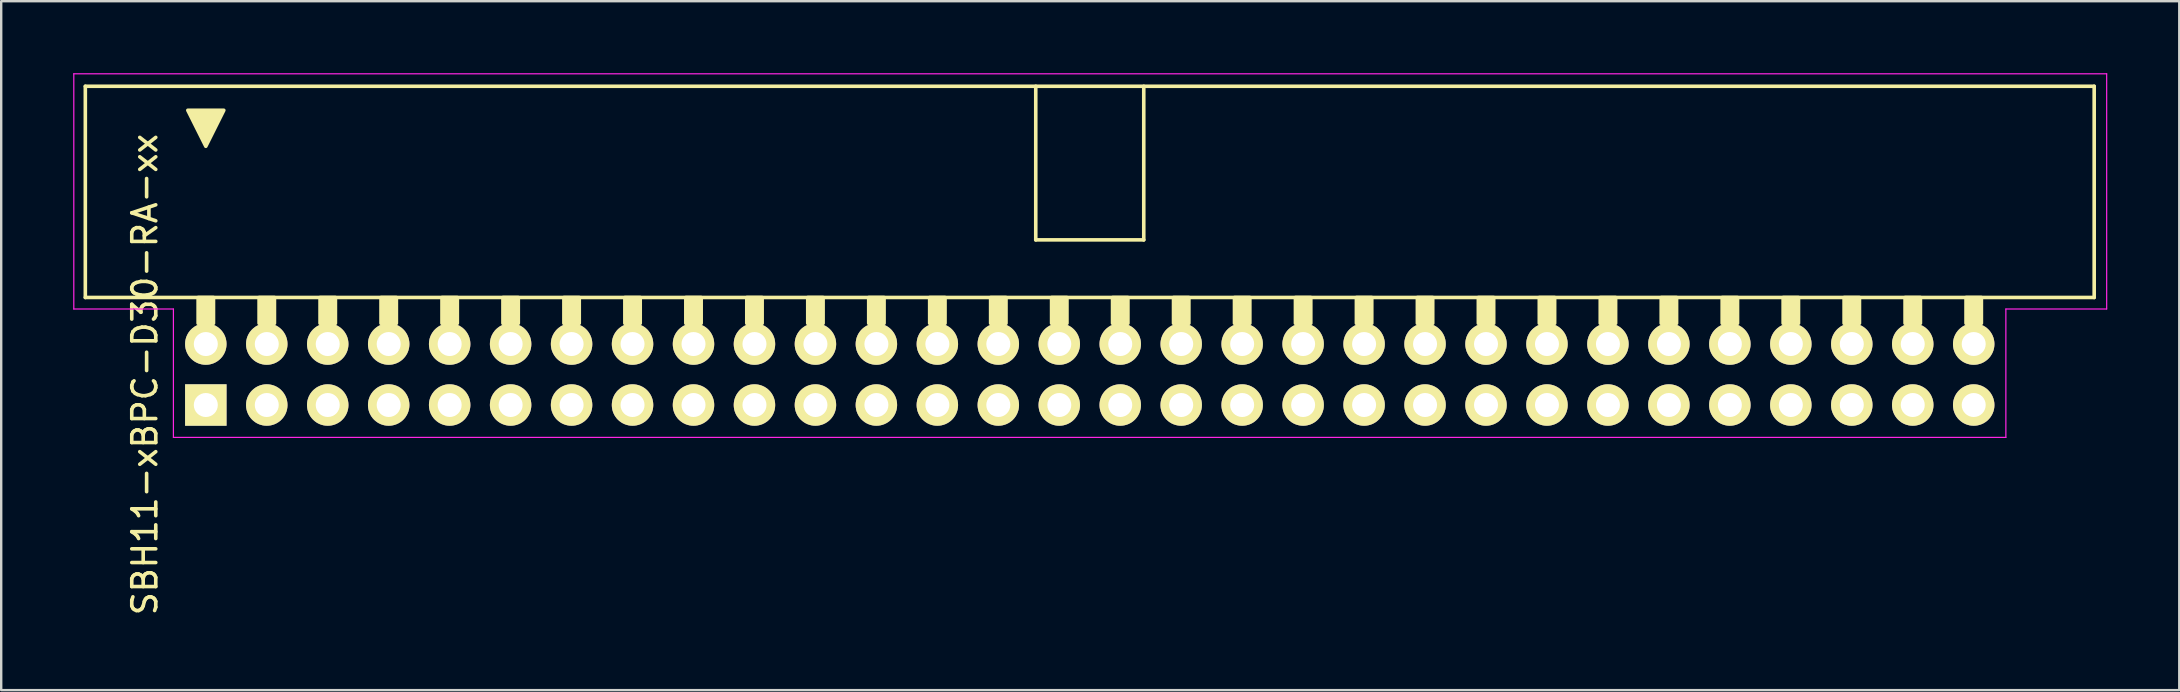
<source format=kicad_pcb>
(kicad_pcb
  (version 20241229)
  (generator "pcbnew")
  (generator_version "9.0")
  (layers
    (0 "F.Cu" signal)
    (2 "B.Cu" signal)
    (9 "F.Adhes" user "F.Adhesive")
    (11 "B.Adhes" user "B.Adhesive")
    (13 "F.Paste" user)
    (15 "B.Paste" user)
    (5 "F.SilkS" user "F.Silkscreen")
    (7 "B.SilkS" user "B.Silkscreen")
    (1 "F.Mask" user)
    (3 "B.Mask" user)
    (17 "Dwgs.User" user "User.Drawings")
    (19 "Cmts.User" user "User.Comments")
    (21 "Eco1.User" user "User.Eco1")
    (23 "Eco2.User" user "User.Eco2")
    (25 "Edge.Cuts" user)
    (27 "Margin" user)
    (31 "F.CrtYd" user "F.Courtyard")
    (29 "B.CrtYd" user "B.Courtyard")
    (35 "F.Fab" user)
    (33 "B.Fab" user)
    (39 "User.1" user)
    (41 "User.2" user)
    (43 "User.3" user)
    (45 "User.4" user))
  (footprint "SBH11-xBPC-D30-RA-xx"
    (layer "F.Cu")
    (at 5.525 13.825)
    (property "Reference" "SBH11-xBPC-D30-RA-xx" (at -2.54 -1.27 270) (layer "F.SilkS") (effects (font (size 1 1) (thickness 0.15))))
    (attr through_hole)
    (fp_line (start -5.02 -13.28) (end -5.02 -4.48) (stroke (width 0.15) (type solid)) (layer "F.SilkS"))
    (fp_line (start -5.02 -13.28) (end 78.68 -13.28) (stroke (width 0.15) (type solid)) (layer "F.SilkS"))
    (fp_line (start -5.02 -4.48) (end 78.68 -4.48) (stroke (width 0.15) (type solid)) (layer "F.SilkS"))
    (fp_line (start 34.58 -6.88) (end 34.58 -13.28) (stroke (width 0.15) (type solid)) (layer "F.SilkS"))
    (fp_line (start 34.58 -6.88) (end 39.08 -6.88) (stroke (width 0.15) (type solid)) (layer "F.SilkS"))
    (fp_line (start 39.08 -6.88) (end 39.08 -13.28) (stroke (width 0.15) (type solid)) (layer "F.SilkS"))
    (fp_line (start 78.68 -13.28) (end 78.68 -4.48) (stroke (width 0.15) (type solid)) (layer "F.SilkS"))
    (fp_poly (pts (xy 0 -10.78) (xy -0.75 -12.28) (xy 0.75 -12.28)) (stroke (width 0.15) (type solid)) (fill yes) (layer "F.SilkS"))
    (fp_poly (pts (xy 0.32 -4.48) (xy -0.32 -4.48) (xy -0.32 -3.404) (xy 0.32 -3.404)) (stroke (width 0.15) (type solid)) (fill yes) (layer "F.SilkS"))
    (fp_poly (pts (xy 2.86 -4.48) (xy 2.22 -4.48) (xy 2.22 -3.404) (xy 2.86 -3.404)) (stroke (width 0.15) (type solid)) (fill yes) (layer "F.SilkS"))
    (fp_poly (pts (xy 5.4 -4.48) (xy 4.76 -4.48) (xy 4.76 -3.404) (xy 5.4 -3.404)) (stroke (width 0.15) (type solid)) (fill yes) (layer "F.SilkS"))
    (fp_poly (pts (xy 7.94 -4.48) (xy 7.3 -4.48) (xy 7.3 -3.404) (xy 7.94 -3.404)) (stroke (width 0.15) (type solid)) (fill yes) (layer "F.SilkS"))
    (fp_poly (pts (xy 10.48 -4.48) (xy 9.84 -4.48) (xy 9.84 -3.404) (xy 10.48 -3.404)) (stroke (width 0.15) (type solid)) (fill yes) (layer "F.SilkS"))
    (fp_poly (pts (xy 13.02 -4.48) (xy 12.38 -4.48) (xy 12.38 -3.404) (xy 13.02 -3.404)) (stroke (width 0.15) (type solid)) (fill yes) (layer "F.SilkS"))
    (fp_poly (pts (xy 15.56 -4.48) (xy 14.92 -4.48) (xy 14.92 -3.404) (xy 15.56 -3.404)) (stroke (width 0.15) (type solid)) (fill yes) (layer "F.SilkS"))
    (fp_poly (pts (xy 18.1 -4.48) (xy 17.46 -4.48) (xy 17.46 -3.404) (xy 18.1 -3.404)) (stroke (width 0.15) (type solid)) (fill yes) (layer "F.SilkS"))
    (fp_poly (pts (xy 20.64 -4.48) (xy 20 -4.48) (xy 20 -3.404) (xy 20.64 -3.404)) (stroke (width 0.15) (type solid)) (fill yes) (layer "F.SilkS"))
    (fp_poly (pts (xy 23.18 -4.48) (xy 22.54 -4.48) (xy 22.54 -3.404) (xy 23.18 -3.404)) (stroke (width 0.15) (type solid)) (fill yes) (layer "F.SilkS"))
    (fp_poly (pts (xy 25.72 -4.48) (xy 25.08 -4.48) (xy 25.08 -3.404) (xy 25.72 -3.404)) (stroke (width 0.15) (type solid)) (fill yes) (layer "F.SilkS"))
    (fp_poly (pts (xy 28.26 -4.48) (xy 27.62 -4.48) (xy 27.62 -3.404) (xy 28.26 -3.404)) (stroke (width 0.15) (type solid)) (fill yes) (layer "F.SilkS"))
    (fp_poly (pts (xy 30.8 -4.48) (xy 30.16 -4.48) (xy 30.16 -3.404) (xy 30.8 -3.404)) (stroke (width 0.15) (type solid)) (fill yes) (layer "F.SilkS"))
    (fp_poly (pts (xy 33.34 -4.48) (xy 32.7 -4.48) (xy 32.7 -3.404) (xy 33.34 -3.404)) (stroke (width 0.15) (type solid)) (fill yes) (layer "F.SilkS"))
    (fp_poly (pts (xy 35.88 -4.48) (xy 35.24 -4.48) (xy 35.24 -3.404) (xy 35.88 -3.404)) (stroke (width 0.15) (type solid)) (fill yes) (layer "F.SilkS"))
    (fp_poly (pts (xy 38.42 -4.48) (xy 37.78 -4.48) (xy 37.78 -3.404) (xy 38.42 -3.404)) (stroke (width 0.15) (type solid)) (fill yes) (layer "F.SilkS"))
    (fp_poly (pts (xy 40.96 -4.48) (xy 40.32 -4.48) (xy 40.32 -3.404) (xy 40.96 -3.404)) (stroke (width 0.15) (type solid)) (fill yes) (layer "F.SilkS"))
    (fp_poly (pts (xy 43.5 -4.48) (xy 42.86 -4.48) (xy 42.86 -3.404) (xy 43.5 -3.404)) (stroke (width 0.15) (type solid)) (fill yes) (layer "F.SilkS"))
    (fp_poly (pts (xy 46.04 -4.48) (xy 45.4 -4.48) (xy 45.4 -3.404) (xy 46.04 -3.404)) (stroke (width 0.15) (type solid)) (fill yes) (layer "F.SilkS"))
    (fp_poly (pts (xy 48.58 -4.48) (xy 47.94 -4.48) (xy 47.94 -3.404) (xy 48.58 -3.404)) (stroke (width 0.15) (type solid)) (fill yes) (layer "F.SilkS"))
    (fp_poly (pts (xy 51.12 -4.48) (xy 50.48 -4.48) (xy 50.48 -3.404) (xy 51.12 -3.404)) (stroke (width 0.15) (type solid)) (fill yes) (layer "F.SilkS"))
    (fp_poly (pts (xy 53.66 -4.48) (xy 53.02 -4.48) (xy 53.02 -3.404) (xy 53.66 -3.404)) (stroke (width 0.15) (type solid)) (fill yes) (layer "F.SilkS"))
    (fp_poly (pts (xy 56.2 -4.48) (xy 55.56 -4.48) (xy 55.56 -3.404) (xy 56.2 -3.404)) (stroke (width 0.15) (type solid)) (fill yes) (layer "F.SilkS"))
    (fp_poly (pts (xy 58.74 -4.48) (xy 58.1 -4.48) (xy 58.1 -3.404) (xy 58.74 -3.404)) (stroke (width 0.15) (type solid)) (fill yes) (layer "F.SilkS"))
    (fp_poly (pts (xy 61.28 -4.48) (xy 60.64 -4.48) (xy 60.64 -3.404) (xy 61.28 -3.404)) (stroke (width 0.15) (type solid)) (fill yes) (layer "F.SilkS"))
    (fp_poly (pts (xy 63.82 -4.48) (xy 63.18 -4.48) (xy 63.18 -3.404) (xy 63.82 -3.404)) (stroke (width 0.15) (type solid)) (fill yes) (layer "F.SilkS"))
    (fp_poly (pts (xy 66.36 -4.48) (xy 65.72 -4.48) (xy 65.72 -3.404) (xy 66.36 -3.404)) (stroke (width 0.15) (type solid)) (fill yes) (layer "F.SilkS"))
    (fp_poly (pts (xy 68.9 -4.48) (xy 68.26 -4.48) (xy 68.26 -3.404) (xy 68.9 -3.404)) (stroke (width 0.15) (type solid)) (fill yes) (layer "F.SilkS"))
    (fp_poly (pts (xy 71.44 -4.48) (xy 70.8 -4.48) (xy 70.8 -3.404) (xy 71.44 -3.404)) (stroke (width 0.15) (type solid)) (fill yes) (layer "F.SilkS"))
    (fp_poly (pts (xy 73.98 -4.48) (xy 73.34 -4.48) (xy 73.34 -3.404) (xy 73.98 -3.404)) (stroke (width 0.15) (type solid)) (fill yes) (layer "F.SilkS"))
    (fp_line (start -5.5 -13.8) (end -5.5 -4) (stroke (width 0.05) (type solid)) (layer "F.CrtYd"))
    (fp_line (start -5.5 -13.8) (end 79.2 -13.8) (stroke (width 0.05) (type solid)) (layer "F.CrtYd"))
    (fp_line (start -5.5 -4) (end -1.35 -4) (stroke (width 0.05) (type solid)) (layer "F.CrtYd"))
    (fp_line (start -1.35 -4) (end -1.35 1.35) (stroke (width 0.05) (type solid)) (layer "F.CrtYd"))
    (fp_line (start -1.35 1.35) (end 75 1.35) (stroke (width 0.05) (type solid)) (layer "F.CrtYd"))
    (fp_line (start 75 -4) (end 75 1.35) (stroke (width 0.05) (type solid)) (layer "F.CrtYd"))
    (fp_line (start 79.2 -13.8) (end 79.2 -4) (stroke (width 0.05) (type solid)) (layer "F.CrtYd"))
    (fp_line (start 79.2 -4) (end 75 -4) (stroke (width 0.05) (type solid)) (layer "F.CrtYd"))
    (pad "1" thru_hole rect (at 0 0) (size 1.727 1.727) (drill 1) (layers "*.Cu" "*.Mask" "F.SilkS"))
    (pad "2" thru_hole circle (at 0 -2.54) (size 1.727 1.727) (drill 1) (layers "*.Cu" "*.Mask" "F.SilkS"))
    (pad "3" thru_hole circle (at 2.54 0) (size 1.727 1.727) (drill 1) (layers "*.Cu" "*.Mask" "F.SilkS"))
    (pad "4" thru_hole circle (at 2.54 -2.54) (size 1.727 1.727) (drill 1) (layers "*.Cu" "*.Mask" "F.SilkS"))
    (pad "5" thru_hole circle (at 5.08 0) (size 1.727 1.727) (drill 1) (layers "*.Cu" "*.Mask" "F.SilkS"))
    (pad "6" thru_hole circle (at 5.08 -2.54) (size 1.727 1.727) (drill 1) (layers "*.Cu" "*.Mask" "F.SilkS"))
    (pad "7" thru_hole circle (at 7.62 0) (size 1.727 1.727) (drill 1) (layers "*.Cu" "*.Mask" "F.SilkS"))
    (pad "8" thru_hole circle (at 7.62 -2.54) (size 1.727 1.727) (drill 1) (layers "*.Cu" "*.Mask" "F.SilkS"))
    (pad "9" thru_hole circle (at 10.16 0) (size 1.727 1.727) (drill 1) (layers "*.Cu" "*.Mask" "F.SilkS"))
    (pad "10" thru_hole circle (at 10.16 -2.54) (size 1.727 1.727) (drill 1) (layers "*.Cu" "*.Mask" "F.SilkS"))
    (pad "11" thru_hole circle (at 12.7 0) (size 1.727 1.727) (drill 1) (layers "*.Cu" "*.Mask" "F.SilkS"))
    (pad "12" thru_hole circle (at 12.7 -2.54) (size 1.727 1.727) (drill 1) (layers "*.Cu" "*.Mask" "F.SilkS"))
    (pad "13" thru_hole circle (at 15.24 0) (size 1.727 1.727) (drill 1) (layers "*.Cu" "*.Mask" "F.SilkS"))
    (pad "14" thru_hole circle (at 15.24 -2.54) (size 1.727 1.727) (drill 1) (layers "*.Cu" "*.Mask" "F.SilkS"))
    (pad "15" thru_hole circle (at 17.78 0) (size 1.727 1.727) (drill 1) (layers "*.Cu" "*.Mask" "F.SilkS"))
    (pad "16" thru_hole circle (at 17.78 -2.54) (size 1.727 1.727) (drill 1) (layers "*.Cu" "*.Mask" "F.SilkS"))
    (pad "17" thru_hole circle (at 20.32 0) (size 1.727 1.727) (drill 1) (layers "*.Cu" "*.Mask" "F.SilkS"))
    (pad "18" thru_hole circle (at 20.32 -2.54) (size 1.727 1.727) (drill 1) (layers "*.Cu" "*.Mask" "F.SilkS"))
    (pad "19" thru_hole circle (at 22.86 0) (size 1.727 1.727) (drill 1) (layers "*.Cu" "*.Mask" "F.SilkS"))
    (pad "20" thru_hole circle (at 22.86 -2.54) (size 1.727 1.727) (drill 1) (layers "*.Cu" "*.Mask" "F.SilkS"))
    (pad "21" thru_hole circle (at 25.4 0) (size 1.727 1.727) (drill 1) (layers "*.Cu" "*.Mask" "F.SilkS"))
    (pad "22" thru_hole circle (at 25.4 -2.54) (size 1.727 1.727) (drill 1) (layers "*.Cu" "*.Mask" "F.SilkS"))
    (pad "23" thru_hole circle (at 27.94 0) (size 1.727 1.727) (drill 1) (layers "*.Cu" "*.Mask" "F.SilkS"))
    (pad "24" thru_hole circle (at 27.94 -2.54) (size 1.727 1.727) (drill 1) (layers "*.Cu" "*.Mask" "F.SilkS"))
    (pad "25" thru_hole circle (at 30.48 0) (size 1.727 1.727) (drill 1) (layers "*.Cu" "*.Mask" "F.SilkS"))
    (pad "26" thru_hole circle (at 30.48 -2.54) (size 1.727 1.727) (drill 1) (layers "*.Cu" "*.Mask" "F.SilkS"))
    (pad "27" thru_hole circle (at 33.02 0) (size 1.727 1.727) (drill 1) (layers "*.Cu" "*.Mask" "F.SilkS"))
    (pad "28" thru_hole circle (at 33.02 -2.54) (size 1.727 1.727) (drill 1) (layers "*.Cu" "*.Mask" "F.SilkS"))
    (pad "29" thru_hole circle (at 35.56 0) (size 1.727 1.727) (drill 1) (layers "*.Cu" "*.Mask" "F.SilkS"))
    (pad "30" thru_hole circle (at 35.56 -2.54) (size 1.727 1.727) (drill 1) (layers "*.Cu" "*.Mask" "F.SilkS"))
    (pad "31" thru_hole circle (at 38.1 0) (size 1.727 1.727) (drill 1) (layers "*.Cu" "*.Mask" "F.SilkS"))
    (pad "32" thru_hole circle (at 38.1 -2.54) (size 1.727 1.727) (drill 1) (layers "*.Cu" "*.Mask" "F.SilkS"))
    (pad "33" thru_hole circle (at 40.64 0) (size 1.727 1.727) (drill 1) (layers "*.Cu" "*.Mask" "F.SilkS"))
    (pad "34" thru_hole circle (at 40.64 -2.54) (size 1.727 1.727) (drill 1) (layers "*.Cu" "*.Mask" "F.SilkS"))
    (pad "35" thru_hole circle (at 43.18 0) (size 1.727 1.727) (drill 1) (layers "*.Cu" "*.Mask" "F.SilkS"))
    (pad "36" thru_hole circle (at 43.18 -2.54) (size 1.727 1.727) (drill 1) (layers "*.Cu" "*.Mask" "F.SilkS"))
    (pad "37" thru_hole circle (at 45.72 0) (size 1.727 1.727) (drill 1) (layers "*.Cu" "*.Mask" "F.SilkS"))
    (pad "38" thru_hole circle (at 45.72 -2.54) (size 1.727 1.727) (drill 1) (layers "*.Cu" "*.Mask" "F.SilkS"))
    (pad "39" thru_hole circle (at 48.26 0) (size 1.727 1.727) (drill 1) (layers "*.Cu" "*.Mask" "F.SilkS"))
    (pad "40" thru_hole circle (at 48.26 -2.54) (size 1.727 1.727) (drill 1) (layers "*.Cu" "*.Mask" "F.SilkS"))
    (pad "41" thru_hole circle (at 50.8 0) (size 1.727 1.727) (drill 1) (layers "*.Cu" "*.Mask" "F.SilkS"))
    (pad "42" thru_hole circle (at 50.8 -2.54) (size 1.727 1.727) (drill 1) (layers "*.Cu" "*.Mask" "F.SilkS"))
    (pad "43" thru_hole circle (at 53.34 0) (size 1.727 1.727) (drill 1) (layers "*.Cu" "*.Mask" "F.SilkS"))
    (pad "44" thru_hole circle (at 53.34 -2.54) (size 1.727 1.727) (drill 1) (layers "*.Cu" "*.Mask" "F.SilkS"))
    (pad "45" thru_hole circle (at 55.88 0) (size 1.727 1.727) (drill 1) (layers "*.Cu" "*.Mask" "F.SilkS"))
    (pad "46" thru_hole circle (at 55.88 -2.54) (size 1.727 1.727) (drill 1) (layers "*.Cu" "*.Mask" "F.SilkS"))
    (pad "47" thru_hole circle (at 58.42 0) (size 1.727 1.727) (drill 1) (layers "*.Cu" "*.Mask" "F.SilkS"))
    (pad "48" thru_hole circle (at 58.42 -2.54) (size 1.727 1.727) (drill 1) (layers "*.Cu" "*.Mask" "F.SilkS"))
    (pad "49" thru_hole circle (at 60.96 0) (size 1.727 1.727) (drill 1) (layers "*.Cu" "*.Mask" "F.SilkS"))
    (pad "50" thru_hole circle (at 60.96 -2.54) (size 1.727 1.727) (drill 1) (layers "*.Cu" "*.Mask" "F.SilkS"))
    (pad "51" thru_hole circle (at 63.5 0) (size 1.727 1.727) (drill 1) (layers "*.Cu" "*.Mask" "F.SilkS"))
    (pad "52" thru_hole circle (at 63.5 -2.54) (size 1.727 1.727) (drill 1) (layers "*.Cu" "*.Mask" "F.SilkS"))
    (pad "53" thru_hole circle (at 66.04 0) (size 1.727 1.727) (drill 1) (layers "*.Cu" "*.Mask" "F.SilkS"))
    (pad "54" thru_hole circle (at 66.04 -2.54) (size 1.727 1.727) (drill 1) (layers "*.Cu" "*.Mask" "F.SilkS"))
    (pad "55" thru_hole circle (at 68.58 0) (size 1.727 1.727) (drill 1) (layers "*.Cu" "*.Mask" "F.SilkS"))
    (pad "56" thru_hole circle (at 68.58 -2.54) (size 1.727 1.727) (drill 1) (layers "*.Cu" "*.Mask" "F.SilkS"))
    (pad "57" thru_hole circle (at 71.12 0) (size 1.727 1.727) (drill 1) (layers "*.Cu" "*.Mask" "F.SilkS"))
    (pad "58" thru_hole circle (at 71.12 -2.54) (size 1.727 1.727) (drill 1) (layers "*.Cu" "*.Mask" "F.SilkS"))
    (pad "59" thru_hole circle (at 73.66 0) (size 1.727 1.727) (drill 1) (layers "*.Cu" "*.Mask" "F.SilkS"))
    (pad "60" thru_hole circle (at 73.66 -2.54) (size 1.727 1.727) (drill 1) (layers "*.Cu" "*.Mask" "F.SilkS")))
  (gr_rect
    (start -3 -3)
    (end 87.75 25.704)
    (stroke (width 0.1) (type default))
    (fill no)
    (layer "Edge.Cuts")))
</source>
